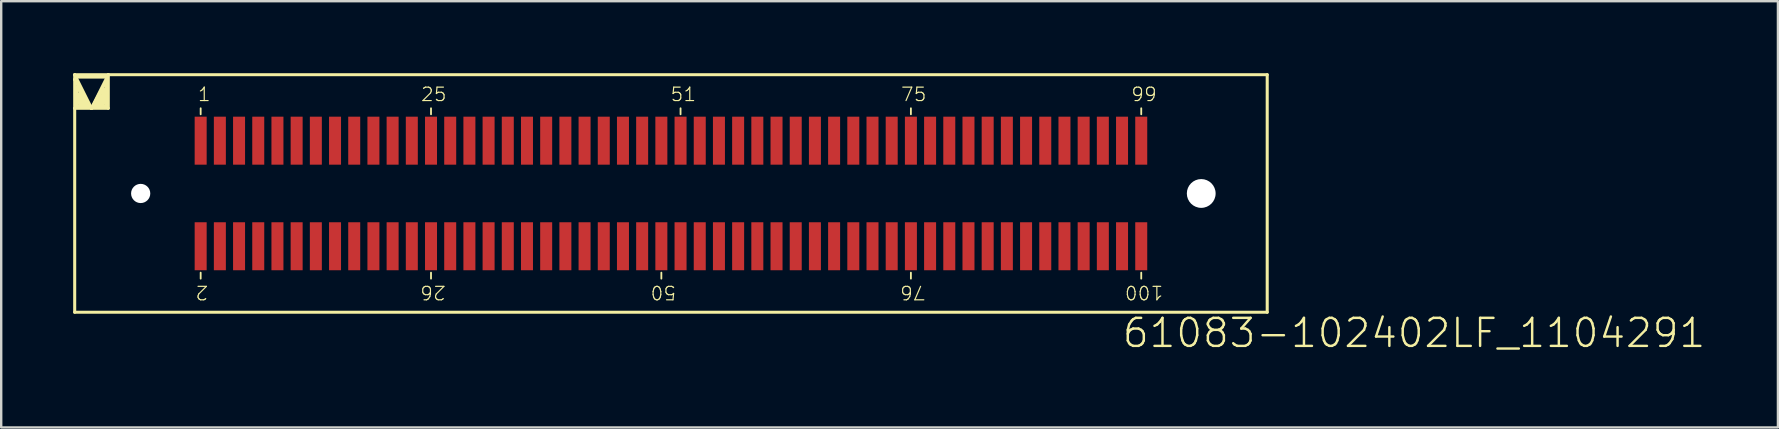
<source format=kicad_pcb>
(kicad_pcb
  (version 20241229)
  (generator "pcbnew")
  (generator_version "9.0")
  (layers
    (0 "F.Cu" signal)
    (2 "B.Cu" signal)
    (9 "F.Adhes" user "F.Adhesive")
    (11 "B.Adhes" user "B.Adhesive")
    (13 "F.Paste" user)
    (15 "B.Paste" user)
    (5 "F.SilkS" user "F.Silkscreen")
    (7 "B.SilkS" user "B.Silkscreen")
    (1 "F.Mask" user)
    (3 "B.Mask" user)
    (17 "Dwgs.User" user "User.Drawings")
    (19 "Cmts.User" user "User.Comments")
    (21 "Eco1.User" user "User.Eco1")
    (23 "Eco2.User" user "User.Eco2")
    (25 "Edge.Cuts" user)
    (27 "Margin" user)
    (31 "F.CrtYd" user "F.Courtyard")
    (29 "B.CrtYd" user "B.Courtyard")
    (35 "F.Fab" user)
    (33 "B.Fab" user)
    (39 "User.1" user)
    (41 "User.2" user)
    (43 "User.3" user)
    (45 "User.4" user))
  (footprint "61083-102402LF_1104291"
    (layer "F.Cu")
    (at 2.813 5.013)
    (property "Reference" "61083-102402LF_1104291" (at 40.85 6.5 0) (unlocked yes) (layer "F.SilkS") (effects (font (size 1.168 1.168) (thickness 0.102)) (justify left bottom)))
    (fp_line (start -2.75 -4.95) (end -2.75 -4.75) (stroke (width 0.127) (type solid)) (layer "F.SilkS"))
    (fp_line (start -2.75 -4.95) (end -1.35 -4.95) (stroke (width 0.127) (type solid)) (layer "F.SilkS"))
    (fp_line (start -2.75 -4.75) (end -2.75 -3.55) (stroke (width 0.127) (type solid)) (layer "F.SilkS"))
    (fp_line (start -2.75 -4.75) (end -2.15 -3.65) (stroke (width 0.127) (type solid)) (layer "F.SilkS"))
    (fp_line (start -2.75 -3.55) (end -2.75 4.95) (stroke (width 0.127) (type solid)) (layer "F.SilkS"))
    (fp_line (start -2.75 -3.55) (end -2.05 -3.55) (stroke (width 0.127) (type solid)) (layer "F.SilkS"))
    (fp_line (start -2.75 4.95) (end 46.95 4.95) (stroke (width 0.127) (type solid)) (layer "F.SilkS"))
    (fp_line (start -2.65 -4.85) (end -1.45 -4.85) (stroke (width 0.127) (type solid)) (layer "F.SilkS"))
    (fp_line (start -2.65 -4.45) (end -2.25 -3.75) (stroke (width 0.127) (type solid)) (layer "F.SilkS"))
    (fp_line (start -2.65 -3.65) (end -2.65 -4.45) (stroke (width 0.127) (type solid)) (layer "F.SilkS"))
    (fp_line (start -2.55 -4.15) (end -2.35 -3.85) (stroke (width 0.127) (type solid)) (layer "F.SilkS"))
    (fp_line (start -2.55 -3.75) (end -2.55 -4.15) (stroke (width 0.127) (type solid)) (layer "F.SilkS"))
    (fp_line (start -2.45 -3.95) (end -2.05 -3.55) (stroke (width 0.127) (type solid)) (layer "F.SilkS"))
    (fp_line (start -2.45 -3.85) (end -2.45 -3.95) (stroke (width 0.127) (type solid)) (layer "F.SilkS"))
    (fp_line (start -2.35 -3.85) (end -2.45 -3.85) (stroke (width 0.127) (type solid)) (layer "F.SilkS"))
    (fp_line (start -2.25 -3.75) (end -2.55 -3.75) (stroke (width 0.127) (type solid)) (layer "F.SilkS"))
    (fp_line (start -2.15 -3.65) (end -2.65 -3.65) (stroke (width 0.127) (type solid)) (layer "F.SilkS"))
    (fp_line (start -2.05 -3.55) (end -2.75 -4.95) (stroke (width 0.127) (type solid)) (layer "F.SilkS"))
    (fp_line (start -2.05 -3.55) (end -1.45 -4.65) (stroke (width 0.127) (type solid)) (layer "F.SilkS"))
    (fp_line (start -2.05 -3.55) (end -1.35 -3.55) (stroke (width 0.127) (type solid)) (layer "F.SilkS"))
    (fp_line (start -1.95 -3.65) (end -1.55 -4.35) (stroke (width 0.127) (type solid)) (layer "F.SilkS"))
    (fp_line (start -1.85 -3.75) (end -1.65 -4.05) (stroke (width 0.127) (type solid)) (layer "F.SilkS"))
    (fp_line (start -1.65 -4.05) (end -1.65 -3.85) (stroke (width 0.127) (type solid)) (layer "F.SilkS"))
    (fp_line (start -1.65 -3.85) (end -1.75 -3.85) (stroke (width 0.127) (type solid)) (layer "F.SilkS"))
    (fp_line (start -1.65 -3.75) (end -1.85 -3.75) (stroke (width 0.127) (type solid)) (layer "F.SilkS"))
    (fp_line (start -1.65 -3.75) (end -1.65 -3.85) (stroke (width 0.127) (type solid)) (layer "F.SilkS"))
    (fp_line (start -1.55 -4.35) (end -1.55 -3.75) (stroke (width 0.127) (type solid)) (layer "F.SilkS"))
    (fp_line (start -1.55 -3.75) (end -1.65 -3.75) (stroke (width 0.127) (type solid)) (layer "F.SilkS"))
    (fp_line (start -1.45 -4.65) (end -1.45 -3.65) (stroke (width 0.127) (type solid)) (layer "F.SilkS"))
    (fp_line (start -1.45 -3.65) (end -1.95 -3.65) (stroke (width 0.127) (type solid)) (layer "F.SilkS"))
    (fp_line (start -1.35 -4.95) (end -2.05 -3.55) (stroke (width 0.127) (type solid)) (layer "F.SilkS"))
    (fp_line (start -1.35 -3.55) (end -1.35 -4.95) (stroke (width 0.127) (type solid)) (layer "F.SilkS"))
    (fp_line (start 2.5 -3.3) (end 2.5 -3.55) (stroke (width 0.076) (type solid)) (layer "F.SilkS"))
    (fp_line (start 2.5 3.55) (end 2.5 3.3) (stroke (width 0.076) (type solid)) (layer "F.SilkS"))
    (fp_line (start 12.1 -3.3) (end 12.1 -3.55) (stroke (width 0.076) (type solid)) (layer "F.SilkS"))
    (fp_line (start 12.1 3.55) (end 12.1 3.3) (stroke (width 0.076) (type solid)) (layer "F.SilkS"))
    (fp_line (start 21.7 3.55) (end 21.7 3.3) (stroke (width 0.076) (type solid)) (layer "F.SilkS"))
    (fp_line (start 22.5 -3.3) (end 22.5 -3.55) (stroke (width 0.076) (type solid)) (layer "F.SilkS"))
    (fp_line (start 32.1 -3.3) (end 32.1 -3.55) (stroke (width 0.076) (type solid)) (layer "F.SilkS"))
    (fp_line (start 32.1 3.55) (end 32.1 3.3) (stroke (width 0.076) (type solid)) (layer "F.SilkS"))
    (fp_line (start 41.7 -3.3) (end 41.7 -3.55) (stroke (width 0.076) (type solid)) (layer "F.SilkS"))
    (fp_line (start 41.7 3.55) (end 41.7 3.3) (stroke (width 0.076) (type solid)) (layer "F.SilkS"))
    (fp_line (start 46.95 -4.95) (end -1.35 -4.95) (stroke (width 0.127) (type solid)) (layer "F.SilkS"))
    (fp_line (start 46.95 4.95) (end 46.95 -4.95) (stroke (width 0.127) (type solid)) (layer "F.SilkS"))
    (fp_text user "99" (at 41.25 -3.8 0) (unlocked yes) (layer "F.SilkS") (effects (font (size 0.561 0.561) (thickness 0.049)) (justify left bottom)))
    (fp_text user "1" (at 2.35 -3.8 0) (unlocked yes) (layer "F.SilkS") (effects (font (size 0.561 0.561) (thickness 0.049)) (justify left bottom)))
    (fp_text user "51" (at 22.05 -3.8 0) (unlocked yes) (layer "F.SilkS") (effects (font (size 0.561 0.561) (thickness 0.049)) (justify left bottom)))
    (fp_text user "100" (at 42.65 3.8 180) (unlocked yes) (layer "F.SilkS") (effects (font (size 0.561 0.561) (thickness 0.049)) (justify left bottom)))
    (fp_text user "26" (at 12.75 3.8 180) (unlocked yes) (layer "F.SilkS") (effects (font (size 0.561 0.561) (thickness 0.049)) (justify left bottom)))
    (fp_text user "25" (at 11.65 -3.8 0) (unlocked yes) (layer "F.SilkS") (effects (font (size 0.561 0.561) (thickness 0.049)) (justify left bottom)))
    (fp_text user "50" (at 22.35 3.8 180) (unlocked yes) (layer "F.SilkS") (effects (font (size 0.561 0.561) (thickness 0.049)) (justify left bottom)))
    (fp_text user "75" (at 31.65 -3.8 0) (unlocked yes) (layer "F.SilkS") (effects (font (size 0.561 0.561) (thickness 0.049)) (justify left bottom)))
    (fp_text user "76" (at 32.75 3.8 180) (unlocked yes) (layer "F.SilkS") (effects (font (size 0.561 0.561) (thickness 0.049)) (justify left bottom)))
    (fp_text user "2" (at 2.85 3.8 180) (unlocked yes) (layer "F.SilkS") (effects (font (size 0.561 0.561) (thickness 0.049)) (justify left bottom)))
    (pad "" np_thru_hole circle (at 0 0) (size 0.8 0.8) (drill 0.8) (layers "*.Cu" "*.Mask"))
    (pad "" np_thru_hole circle (at 44.2 0) (size 1.2 1.2) (drill 1.2) (layers "*.Cu" "*.Mask"))
    (pad "1" smd rect (at 2.5 -2.2 90) (size 2 0.5) (layers "F.Cu" "F.Mask" "F.Paste"))
    (pad "2" smd rect (at 2.5 2.2 90) (size 2 0.5) (layers "F.Cu" "F.Mask" "F.Paste"))
    (pad "3" smd rect (at 3.3 -2.2 90) (size 2 0.5) (layers "F.Cu" "F.Mask" "F.Paste"))
    (pad "4" smd rect (at 3.3 2.2 90) (size 2 0.5) (layers "F.Cu" "F.Mask" "F.Paste"))
    (pad "5" smd rect (at 4.1 -2.2 90) (size 2 0.5) (layers "F.Cu" "F.Mask" "F.Paste"))
    (pad "6" smd rect (at 4.1 2.2 90) (size 2 0.5) (layers "F.Cu" "F.Mask" "F.Paste"))
    (pad "7" smd rect (at 4.9 -2.2 90) (size 2 0.5) (layers "F.Cu" "F.Mask" "F.Paste"))
    (pad "8" smd rect (at 4.9 2.2 90) (size 2 0.5) (layers "F.Cu" "F.Mask" "F.Paste"))
    (pad "9" smd rect (at 5.7 -2.2 90) (size 2 0.5) (layers "F.Cu" "F.Mask" "F.Paste"))
    (pad "10" smd rect (at 5.7 2.2 90) (size 2 0.5) (layers "F.Cu" "F.Mask" "F.Paste"))
    (pad "11" smd rect (at 6.5 -2.2 90) (size 2 0.5) (layers "F.Cu" "F.Mask" "F.Paste"))
    (pad "12" smd rect (at 6.5 2.2 90) (size 2 0.5) (layers "F.Cu" "F.Mask" "F.Paste"))
    (pad "13" smd rect (at 7.3 -2.2 90) (size 2 0.5) (layers "F.Cu" "F.Mask" "F.Paste"))
    (pad "14" smd rect (at 7.3 2.2 90) (size 2 0.5) (layers "F.Cu" "F.Mask" "F.Paste"))
    (pad "15" smd rect (at 8.1 -2.2 90) (size 2 0.5) (layers "F.Cu" "F.Mask" "F.Paste"))
    (pad "16" smd rect (at 8.1 2.2 90) (size 2 0.5) (layers "F.Cu" "F.Mask" "F.Paste"))
    (pad "17" smd rect (at 8.9 -2.2 90) (size 2 0.5) (layers "F.Cu" "F.Mask" "F.Paste"))
    (pad "18" smd rect (at 8.9 2.2 90) (size 2 0.5) (layers "F.Cu" "F.Mask" "F.Paste"))
    (pad "19" smd rect (at 9.7 -2.2 90) (size 2 0.5) (layers "F.Cu" "F.Mask" "F.Paste"))
    (pad "20" smd rect (at 9.7 2.2 90) (size 2 0.5) (layers "F.Cu" "F.Mask" "F.Paste"))
    (pad "21" smd rect (at 10.5 -2.2 90) (size 2 0.5) (layers "F.Cu" "F.Mask" "F.Paste"))
    (pad "22" smd rect (at 10.5 2.2 90) (size 2 0.5) (layers "F.Cu" "F.Mask" "F.Paste"))
    (pad "23" smd rect (at 11.3 -2.2 90) (size 2 0.5) (layers "F.Cu" "F.Mask" "F.Paste"))
    (pad "24" smd rect (at 11.3 2.2 90) (size 2 0.5) (layers "F.Cu" "F.Mask" "F.Paste"))
    (pad "25" smd rect (at 12.1 -2.2 90) (size 2 0.5) (layers "F.Cu" "F.Mask" "F.Paste"))
    (pad "26" smd rect (at 12.1 2.2 90) (size 2 0.5) (layers "F.Cu" "F.Mask" "F.Paste"))
    (pad "27" smd rect (at 12.9 -2.2 90) (size 2 0.5) (layers "F.Cu" "F.Mask" "F.Paste"))
    (pad "28" smd rect (at 12.9 2.2 90) (size 2 0.5) (layers "F.Cu" "F.Mask" "F.Paste"))
    (pad "29" smd rect (at 13.7 -2.2 90) (size 2 0.5) (layers "F.Cu" "F.Mask" "F.Paste"))
    (pad "30" smd rect (at 13.7 2.2 90) (size 2 0.5) (layers "F.Cu" "F.Mask" "F.Paste"))
    (pad "31" smd rect (at 14.5 -2.2 90) (size 2 0.5) (layers "F.Cu" "F.Mask" "F.Paste"))
    (pad "32" smd rect (at 14.5 2.2 90) (size 2 0.5) (layers "F.Cu" "F.Mask" "F.Paste"))
    (pad "33" smd rect (at 15.3 -2.2 90) (size 2 0.5) (layers "F.Cu" "F.Mask" "F.Paste"))
    (pad "34" smd rect (at 15.3 2.2 90) (size 2 0.5) (layers "F.Cu" "F.Mask" "F.Paste"))
    (pad "35" smd rect (at 16.1 -2.2 90) (size 2 0.5) (layers "F.Cu" "F.Mask" "F.Paste"))
    (pad "36" smd rect (at 16.1 2.2 90) (size 2 0.5) (layers "F.Cu" "F.Mask" "F.Paste"))
    (pad "37" smd rect (at 16.9 -2.2 90) (size 2 0.5) (layers "F.Cu" "F.Mask" "F.Paste"))
    (pad "38" smd rect (at 16.9 2.2 90) (size 2 0.5) (layers "F.Cu" "F.Mask" "F.Paste"))
    (pad "39" smd rect (at 17.7 -2.2 90) (size 2 0.5) (layers "F.Cu" "F.Mask" "F.Paste"))
    (pad "40" smd rect (at 17.7 2.2 90) (size 2 0.5) (layers "F.Cu" "F.Mask" "F.Paste"))
    (pad "41" smd rect (at 18.5 -2.2 90) (size 2 0.5) (layers "F.Cu" "F.Mask" "F.Paste"))
    (pad "42" smd rect (at 18.5 2.2 90) (size 2 0.5) (layers "F.Cu" "F.Mask" "F.Paste"))
    (pad "43" smd rect (at 19.3 -2.2 90) (size 2 0.5) (layers "F.Cu" "F.Mask" "F.Paste"))
    (pad "44" smd rect (at 19.3 2.2 90) (size 2 0.5) (layers "F.Cu" "F.Mask" "F.Paste"))
    (pad "45" smd rect (at 20.1 -2.2 90) (size 2 0.5) (layers "F.Cu" "F.Mask" "F.Paste"))
    (pad "46" smd rect (at 20.1 2.2 90) (size 2 0.5) (layers "F.Cu" "F.Mask" "F.Paste"))
    (pad "47" smd rect (at 20.9 -2.2 90) (size 2 0.5) (layers "F.Cu" "F.Mask" "F.Paste"))
    (pad "48" smd rect (at 20.9 2.2 90) (size 2 0.5) (layers "F.Cu" "F.Mask" "F.Paste"))
    (pad "49" smd rect (at 21.7 -2.2 90) (size 2 0.5) (layers "F.Cu" "F.Mask" "F.Paste"))
    (pad "50" smd rect (at 21.7 2.2 90) (size 2 0.5) (layers "F.Cu" "F.Mask" "F.Paste"))
    (pad "51" smd rect (at 22.5 -2.2 90) (size 2 0.5) (layers "F.Cu" "F.Mask" "F.Paste"))
    (pad "52" smd rect (at 22.5 2.2 90) (size 2 0.5) (layers "F.Cu" "F.Mask" "F.Paste"))
    (pad "53" smd rect (at 23.3 -2.2 90) (size 2 0.5) (layers "F.Cu" "F.Mask" "F.Paste"))
    (pad "54" smd rect (at 23.3 2.2 90) (size 2 0.5) (layers "F.Cu" "F.Mask" "F.Paste"))
    (pad "55" smd rect (at 24.1 -2.2 90) (size 2 0.5) (layers "F.Cu" "F.Mask" "F.Paste"))
    (pad "56" smd rect (at 24.1 2.2 90) (size 2 0.5) (layers "F.Cu" "F.Mask" "F.Paste"))
    (pad "57" smd rect (at 24.9 -2.2 90) (size 2 0.5) (layers "F.Cu" "F.Mask" "F.Paste"))
    (pad "58" smd rect (at 24.9 2.2 90) (size 2 0.5) (layers "F.Cu" "F.Mask" "F.Paste"))
    (pad "59" smd rect (at 25.7 -2.2 90) (size 2 0.5) (layers "F.Cu" "F.Mask" "F.Paste"))
    (pad "60" smd rect (at 25.7 2.2 90) (size 2 0.5) (layers "F.Cu" "F.Mask" "F.Paste"))
    (pad "61" smd rect (at 26.5 -2.2 90) (size 2 0.5) (layers "F.Cu" "F.Mask" "F.Paste"))
    (pad "62" smd rect (at 26.5 2.2 90) (size 2 0.5) (layers "F.Cu" "F.Mask" "F.Paste"))
    (pad "63" smd rect (at 27.3 -2.2 90) (size 2 0.5) (layers "F.Cu" "F.Mask" "F.Paste"))
    (pad "64" smd rect (at 27.3 2.2 90) (size 2 0.5) (layers "F.Cu" "F.Mask" "F.Paste"))
    (pad "65" smd rect (at 28.1 -2.2 90) (size 2 0.5) (layers "F.Cu" "F.Mask" "F.Paste"))
    (pad "66" smd rect (at 28.1 2.2 90) (size 2 0.5) (layers "F.Cu" "F.Mask" "F.Paste"))
    (pad "67" smd rect (at 28.9 -2.2 90) (size 2 0.5) (layers "F.Cu" "F.Mask" "F.Paste"))
    (pad "68" smd rect (at 28.9 2.2 90) (size 2 0.5) (layers "F.Cu" "F.Mask" "F.Paste"))
    (pad "69" smd rect (at 29.7 -2.2 90) (size 2 0.5) (layers "F.Cu" "F.Mask" "F.Paste"))
    (pad "70" smd rect (at 29.7 2.2 90) (size 2 0.5) (layers "F.Cu" "F.Mask" "F.Paste"))
    (pad "71" smd rect (at 30.5 -2.2 90) (size 2 0.5) (layers "F.Cu" "F.Mask" "F.Paste"))
    (pad "72" smd rect (at 30.5 2.2 90) (size 2 0.5) (layers "F.Cu" "F.Mask" "F.Paste"))
    (pad "73" smd rect (at 31.3 -2.2 90) (size 2 0.5) (layers "F.Cu" "F.Mask" "F.Paste"))
    (pad "74" smd rect (at 31.3 2.2 90) (size 2 0.5) (layers "F.Cu" "F.Mask" "F.Paste"))
    (pad "75" smd rect (at 32.1 -2.2 90) (size 2 0.5) (layers "F.Cu" "F.Mask" "F.Paste"))
    (pad "76" smd rect (at 32.1 2.2 90) (size 2 0.5) (layers "F.Cu" "F.Mask" "F.Paste"))
    (pad "77" smd rect (at 32.9 -2.2 90) (size 2 0.5) (layers "F.Cu" "F.Mask" "F.Paste"))
    (pad "78" smd rect (at 32.9 2.2 90) (size 2 0.5) (layers "F.Cu" "F.Mask" "F.Paste"))
    (pad "79" smd rect (at 33.7 -2.2 90) (size 2 0.5) (layers "F.Cu" "F.Mask" "F.Paste"))
    (pad "80" smd rect (at 33.7 2.2 90) (size 2 0.5) (layers "F.Cu" "F.Mask" "F.Paste"))
    (pad "81" smd rect (at 34.5 -2.2 90) (size 2 0.5) (layers "F.Cu" "F.Mask" "F.Paste"))
    (pad "82" smd rect (at 34.5 2.2 90) (size 2 0.5) (layers "F.Cu" "F.Mask" "F.Paste"))
    (pad "83" smd rect (at 35.3 -2.2 90) (size 2 0.5) (layers "F.Cu" "F.Mask" "F.Paste"))
    (pad "84" smd rect (at 35.3 2.2 90) (size 2 0.5) (layers "F.Cu" "F.Mask" "F.Paste"))
    (pad "85" smd rect (at 36.1 -2.2 90) (size 2 0.5) (layers "F.Cu" "F.Mask" "F.Paste"))
    (pad "86" smd rect (at 36.1 2.2 90) (size 2 0.5) (layers "F.Cu" "F.Mask" "F.Paste"))
    (pad "87" smd rect (at 36.9 -2.2 90) (size 2 0.5) (layers "F.Cu" "F.Mask" "F.Paste"))
    (pad "88" smd rect (at 36.9 2.2 90) (size 2 0.5) (layers "F.Cu" "F.Mask" "F.Paste"))
    (pad "89" smd rect (at 37.7 -2.2 90) (size 2 0.5) (layers "F.Cu" "F.Mask" "F.Paste"))
    (pad "90" smd rect (at 37.7 2.2 90) (size 2 0.5) (layers "F.Cu" "F.Mask" "F.Paste"))
    (pad "91" smd rect (at 38.5 -2.2 90) (size 2 0.5) (layers "F.Cu" "F.Mask" "F.Paste"))
    (pad "92" smd rect (at 38.5 2.2 90) (size 2 0.5) (layers "F.Cu" "F.Mask" "F.Paste"))
    (pad "93" smd rect (at 39.3 -2.2 90) (size 2 0.5) (layers "F.Cu" "F.Mask" "F.Paste"))
    (pad "94" smd rect (at 39.3 2.2 90) (size 2 0.5) (layers "F.Cu" "F.Mask" "F.Paste"))
    (pad "95" smd rect (at 40.1 -2.2 90) (size 2 0.5) (layers "F.Cu" "F.Mask" "F.Paste"))
    (pad "96" smd rect (at 40.1 2.2 90) (size 2 0.5) (layers "F.Cu" "F.Mask" "F.Paste"))
    (pad "97" smd rect (at 40.9 -2.2 90) (size 2 0.5) (layers "F.Cu" "F.Mask" "F.Paste"))
    (pad "98" smd rect (at 40.9 2.2 90) (size 2 0.5) (layers "F.Cu" "F.Mask" "F.Paste"))
    (pad "99" smd rect (at 41.7 -2.2 90) (size 2 0.5) (layers "F.Cu" "F.Mask" "F.Paste"))
    (pad "100" smd rect (at 41.7 2.2 90) (size 2 0.5) (layers "F.Cu" "F.Mask" "F.Paste")))
  (gr_rect
    (start -3 -3)
    (end 71.048 14.764)
    (stroke (width 0.1) (type default))
    (fill no)
    (layer "Edge.Cuts")))
</source>
